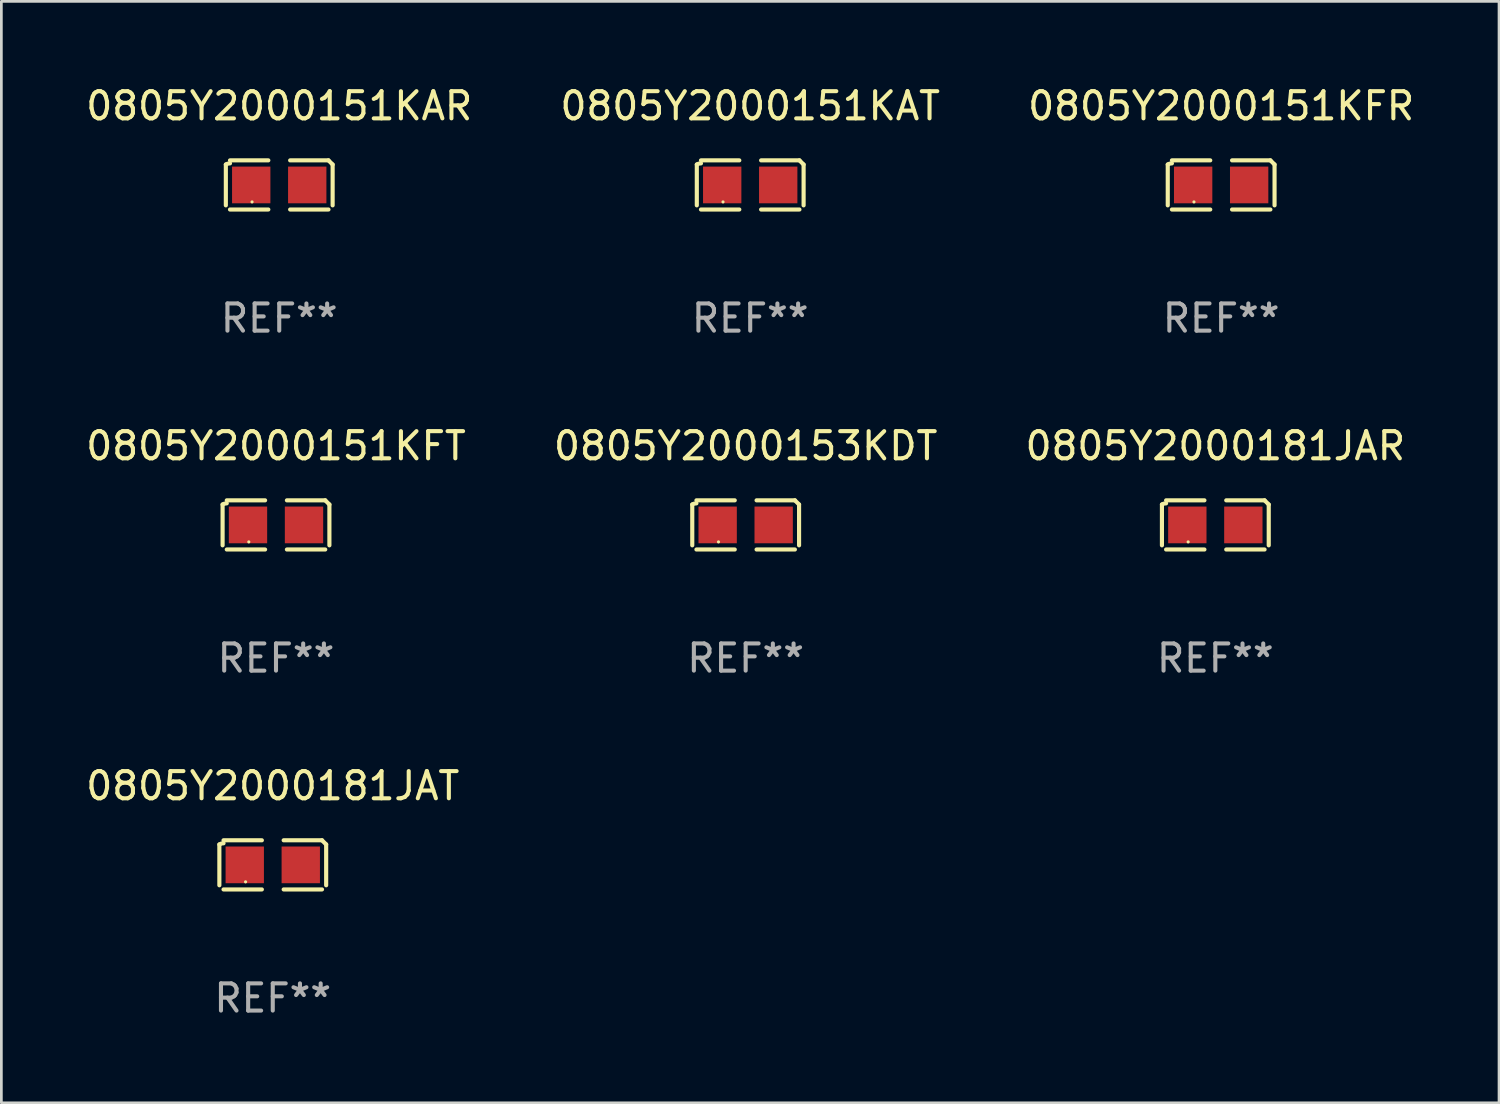
<source format=kicad_pcb>
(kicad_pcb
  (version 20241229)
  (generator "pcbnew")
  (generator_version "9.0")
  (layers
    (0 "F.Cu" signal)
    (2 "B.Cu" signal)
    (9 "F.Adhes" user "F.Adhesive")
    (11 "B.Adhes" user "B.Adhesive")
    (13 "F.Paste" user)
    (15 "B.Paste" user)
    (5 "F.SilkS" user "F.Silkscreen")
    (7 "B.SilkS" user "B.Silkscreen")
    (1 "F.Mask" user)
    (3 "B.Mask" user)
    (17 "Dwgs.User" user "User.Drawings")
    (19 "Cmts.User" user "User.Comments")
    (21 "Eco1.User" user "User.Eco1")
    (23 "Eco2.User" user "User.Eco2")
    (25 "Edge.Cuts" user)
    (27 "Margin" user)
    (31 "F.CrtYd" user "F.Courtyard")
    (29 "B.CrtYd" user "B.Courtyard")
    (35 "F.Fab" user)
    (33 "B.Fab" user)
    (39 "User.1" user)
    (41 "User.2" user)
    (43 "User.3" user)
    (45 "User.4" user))
  (footprint "0805Y2000151KAR"
    (layer "F.Cu")
    (at 7.22 3.752)
    (property "Reference" "0805Y2000151KAR" (at 0 -2.904 0) (layer "F.SilkS") (effects (font (size 1 1) (thickness 0.15))))
    (attr through_hole)
    (fp_line (start -1.964 0.751) (end -1.964 -0.751) (stroke (width 0.152) (type solid)) (layer "F.SilkS"))
    (fp_line (start -1.811 -0.904) (end -0.401 -0.904) (stroke (width 0.152) (type solid)) (layer "F.SilkS"))
    (fp_line (start -0.401 0.904) (end -1.811 0.904) (stroke (width 0.152) (type solid)) (layer "F.SilkS"))
    (fp_line (start 0.401 0.904) (end 1.811 0.904) (stroke (width 0.152) (type solid)) (layer "F.SilkS"))
    (fp_line (start 1.811 -0.904) (end 0.401 -0.904) (stroke (width 0.152) (type solid)) (layer "F.SilkS"))
    (fp_line (start 1.964 0.751) (end 1.964 -0.751) (stroke (width 0.152) (type solid)) (layer "F.SilkS"))
    (fp_arc (start -1.963602 -0.751207) (mid -1.890354 -0.783131) (end -1.811201 -0.794044) (stroke (width 0.1524) (type solid)) (layer "F.SilkS"))
    (fp_arc (start 1.811202 -0.903607) (mid 1.887413 -0.827418) (end 1.963602 -0.751207) (stroke (width 0.1524) (type solid)) (layer "F.SilkS"))
    (fp_circle (center -1 0.625) (end -0.97 0.625) (stroke (width 0.06) (type solid)) (fill no) (layer "F.SilkS"))
    (fp_text user "REF**" (at 0 4.904 0) (layer "F.Fab") (effects (font (size 1 1) (thickness 0.15))))
    (pad "1" smd rect (at -1.03 0) (size 1.41 1.35) (layers "F.Cu" "F.Mask" "F.Paste"))
    (pad "2" smd rect (at 1.03 0) (size 1.41 1.35) (layers "F.Cu" "F.Mask" "F.Paste")))
  (footprint "0805Y2000181JAT"
    (layer "F.Cu")
    (at 6.982 28.759)
    (property "Reference" "0805Y2000181JAT" (at 0 -2.904 0) (layer "F.SilkS") (effects (font (size 1 1) (thickness 0.15))))
    (attr through_hole)
    (fp_line (start -1.964 0.751) (end -1.964 -0.751) (stroke (width 0.152) (type solid)) (layer "F.SilkS"))
    (fp_line (start -1.811 -0.904) (end -0.401 -0.904) (stroke (width 0.152) (type solid)) (layer "F.SilkS"))
    (fp_line (start -0.401 0.904) (end -1.811 0.904) (stroke (width 0.152) (type solid)) (layer "F.SilkS"))
    (fp_line (start 0.401 0.904) (end 1.811 0.904) (stroke (width 0.152) (type solid)) (layer "F.SilkS"))
    (fp_line (start 1.811 -0.904) (end 0.401 -0.904) (stroke (width 0.152) (type solid)) (layer "F.SilkS"))
    (fp_line (start 1.964 0.751) (end 1.964 -0.751) (stroke (width 0.152) (type solid)) (layer "F.SilkS"))
    (fp_arc (start -1.963602 -0.751207) (mid -1.890354 -0.783131) (end -1.811201 -0.794044) (stroke (width 0.1524) (type solid)) (layer "F.SilkS"))
    (fp_arc (start 1.811202 -0.903607) (mid 1.887413 -0.827418) (end 1.963602 -0.751207) (stroke (width 0.1524) (type solid)) (layer "F.SilkS"))
    (fp_circle (center -1 0.625) (end -0.97 0.625) (stroke (width 0.06) (type solid)) (fill no) (layer "F.SilkS"))
    (fp_text user "REF**" (at 0 4.904 0) (layer "F.Fab") (effects (font (size 1 1) (thickness 0.15))))
    (pad "1" smd rect (at -1.03 0) (size 1.41 1.35) (layers "F.Cu" "F.Mask" "F.Paste"))
    (pad "2" smd rect (at 1.03 0) (size 1.41 1.35) (layers "F.Cu" "F.Mask" "F.Paste")))
  (footprint "0805Y2000181JAR"
    (layer "F.Cu")
    (at 41.649 16.256)
    (property "Reference" "0805Y2000181JAR" (at 0 -2.904 0) (layer "F.SilkS") (effects (font (size 1 1) (thickness 0.15))))
    (attr through_hole)
    (fp_line (start -1.964 0.751) (end -1.964 -0.751) (stroke (width 0.152) (type solid)) (layer "F.SilkS"))
    (fp_line (start -1.811 -0.904) (end -0.401 -0.904) (stroke (width 0.152) (type solid)) (layer "F.SilkS"))
    (fp_line (start -0.401 0.904) (end -1.811 0.904) (stroke (width 0.152) (type solid)) (layer "F.SilkS"))
    (fp_line (start 0.401 0.904) (end 1.811 0.904) (stroke (width 0.152) (type solid)) (layer "F.SilkS"))
    (fp_line (start 1.811 -0.904) (end 0.401 -0.904) (stroke (width 0.152) (type solid)) (layer "F.SilkS"))
    (fp_line (start 1.964 0.751) (end 1.964 -0.751) (stroke (width 0.152) (type solid)) (layer "F.SilkS"))
    (fp_arc (start -1.963602 -0.751207) (mid -1.890354 -0.783131) (end -1.811201 -0.794044) (stroke (width 0.1524) (type solid)) (layer "F.SilkS"))
    (fp_arc (start 1.811202 -0.903607) (mid 1.887413 -0.827418) (end 1.963602 -0.751207) (stroke (width 0.1524) (type solid)) (layer "F.SilkS"))
    (fp_circle (center -1 0.625) (end -0.97 0.625) (stroke (width 0.06) (type solid)) (fill no) (layer "F.SilkS"))
    (fp_text user "REF**" (at 0 4.904 0) (layer "F.Fab") (effects (font (size 1 1) (thickness 0.15))))
    (pad "1" smd rect (at -1.03 0) (size 1.41 1.35) (layers "F.Cu" "F.Mask" "F.Paste"))
    (pad "2" smd rect (at 1.03 0) (size 1.41 1.35) (layers "F.Cu" "F.Mask" "F.Paste")))
  (footprint "0805Y2000151KFT"
    (layer "F.Cu")
    (at 7.101 16.256)
    (property "Reference" "0805Y2000151KFT" (at 0 -2.904 0) (layer "F.SilkS") (effects (font (size 1 1) (thickness 0.15))))
    (attr through_hole)
    (fp_line (start -1.964 0.751) (end -1.964 -0.751) (stroke (width 0.152) (type solid)) (layer "F.SilkS"))
    (fp_line (start -1.811 -0.904) (end -0.401 -0.904) (stroke (width 0.152) (type solid)) (layer "F.SilkS"))
    (fp_line (start -0.401 0.904) (end -1.811 0.904) (stroke (width 0.152) (type solid)) (layer "F.SilkS"))
    (fp_line (start 0.401 0.904) (end 1.811 0.904) (stroke (width 0.152) (type solid)) (layer "F.SilkS"))
    (fp_line (start 1.811 -0.904) (end 0.401 -0.904) (stroke (width 0.152) (type solid)) (layer "F.SilkS"))
    (fp_line (start 1.964 0.751) (end 1.964 -0.751) (stroke (width 0.152) (type solid)) (layer "F.SilkS"))
    (fp_arc (start -1.963602 -0.751207) (mid -1.890354 -0.783131) (end -1.811201 -0.794044) (stroke (width 0.1524) (type solid)) (layer "F.SilkS"))
    (fp_arc (start 1.811202 -0.903607) (mid 1.887413 -0.827418) (end 1.963602 -0.751207) (stroke (width 0.1524) (type solid)) (layer "F.SilkS"))
    (fp_circle (center -1 0.625) (end -0.97 0.625) (stroke (width 0.06) (type solid)) (fill no) (layer "F.SilkS"))
    (fp_text user "REF**" (at 0 4.904 0) (layer "F.Fab") (effects (font (size 1 1) (thickness 0.15))))
    (pad "1" smd rect (at -1.03 0) (size 1.41 1.35) (layers "F.Cu" "F.Mask" "F.Paste"))
    (pad "2" smd rect (at 1.03 0) (size 1.41 1.35) (layers "F.Cu" "F.Mask" "F.Paste")))
  (footprint "0805Y2000153KDT"
    (layer "F.Cu")
    (at 24.375 16.256)
    (property "Reference" "0805Y2000153KDT" (at 0 -2.904 0) (layer "F.SilkS") (effects (font (size 1 1) (thickness 0.15))))
    (attr through_hole)
    (fp_line (start -1.964 0.751) (end -1.964 -0.751) (stroke (width 0.152) (type solid)) (layer "F.SilkS"))
    (fp_line (start -1.811 -0.904) (end -0.401 -0.904) (stroke (width 0.152) (type solid)) (layer "F.SilkS"))
    (fp_line (start -0.401 0.904) (end -1.811 0.904) (stroke (width 0.152) (type solid)) (layer "F.SilkS"))
    (fp_line (start 0.401 0.904) (end 1.811 0.904) (stroke (width 0.152) (type solid)) (layer "F.SilkS"))
    (fp_line (start 1.811 -0.904) (end 0.401 -0.904) (stroke (width 0.152) (type solid)) (layer "F.SilkS"))
    (fp_line (start 1.964 0.751) (end 1.964 -0.751) (stroke (width 0.152) (type solid)) (layer "F.SilkS"))
    (fp_arc (start -1.963602 -0.751207) (mid -1.890354 -0.783131) (end -1.811201 -0.794044) (stroke (width 0.1524) (type solid)) (layer "F.SilkS"))
    (fp_arc (start 1.811202 -0.903607) (mid 1.887413 -0.827418) (end 1.963602 -0.751207) (stroke (width 0.1524) (type solid)) (layer "F.SilkS"))
    (fp_circle (center -1 0.625) (end -0.97 0.625) (stroke (width 0.06) (type solid)) (fill no) (layer "F.SilkS"))
    (fp_text user "REF**" (at 0 4.904 0) (layer "F.Fab") (effects (font (size 1 1) (thickness 0.15))))
    (pad "1" smd rect (at -1.03 0) (size 1.41 1.35) (layers "F.Cu" "F.Mask" "F.Paste"))
    (pad "2" smd rect (at 1.03 0) (size 1.41 1.35) (layers "F.Cu" "F.Mask" "F.Paste")))
  (footprint "0805Y2000151KAT"
    (layer "F.Cu")
    (at 24.542 3.752)
    (property "Reference" "0805Y2000151KAT" (at 0 -2.904 0) (layer "F.SilkS") (effects (font (size 1 1) (thickness 0.15))))
    (attr through_hole)
    (fp_line (start -1.964 0.751) (end -1.964 -0.751) (stroke (width 0.152) (type solid)) (layer "F.SilkS"))
    (fp_line (start -1.811 -0.904) (end -0.401 -0.904) (stroke (width 0.152) (type solid)) (layer "F.SilkS"))
    (fp_line (start -0.401 0.904) (end -1.811 0.904) (stroke (width 0.152) (type solid)) (layer "F.SilkS"))
    (fp_line (start 0.401 0.904) (end 1.811 0.904) (stroke (width 0.152) (type solid)) (layer "F.SilkS"))
    (fp_line (start 1.811 -0.904) (end 0.401 -0.904) (stroke (width 0.152) (type solid)) (layer "F.SilkS"))
    (fp_line (start 1.964 0.751) (end 1.964 -0.751) (stroke (width 0.152) (type solid)) (layer "F.SilkS"))
    (fp_arc (start -1.963602 -0.751207) (mid -1.890354 -0.783131) (end -1.811201 -0.794044) (stroke (width 0.1524) (type solid)) (layer "F.SilkS"))
    (fp_arc (start 1.811202 -0.903607) (mid 1.887413 -0.827418) (end 1.963602 -0.751207) (stroke (width 0.1524) (type solid)) (layer "F.SilkS"))
    (fp_circle (center -1 0.625) (end -0.97 0.625) (stroke (width 0.06) (type solid)) (fill no) (layer "F.SilkS"))
    (fp_text user "REF**" (at 0 4.904 0) (layer "F.Fab") (effects (font (size 1 1) (thickness 0.15))))
    (pad "1" smd rect (at -1.03 0) (size 1.41 1.35) (layers "F.Cu" "F.Mask" "F.Paste"))
    (pad "2" smd rect (at 1.03 0) (size 1.41 1.35) (layers "F.Cu" "F.Mask" "F.Paste")))
  (footprint "0805Y2000151KFR"
    (layer "F.Cu")
    (at 41.863 3.752)
    (property "Reference" "0805Y2000151KFR" (at 0 -2.904 0) (layer "F.SilkS") (effects (font (size 1 1) (thickness 0.15))))
    (attr through_hole)
    (fp_line (start -1.964 0.751) (end -1.964 -0.751) (stroke (width 0.152) (type solid)) (layer "F.SilkS"))
    (fp_line (start -1.811 -0.904) (end -0.401 -0.904) (stroke (width 0.152) (type solid)) (layer "F.SilkS"))
    (fp_line (start -0.401 0.904) (end -1.811 0.904) (stroke (width 0.152) (type solid)) (layer "F.SilkS"))
    (fp_line (start 0.401 0.904) (end 1.811 0.904) (stroke (width 0.152) (type solid)) (layer "F.SilkS"))
    (fp_line (start 1.811 -0.904) (end 0.401 -0.904) (stroke (width 0.152) (type solid)) (layer "F.SilkS"))
    (fp_line (start 1.964 0.751) (end 1.964 -0.751) (stroke (width 0.152) (type solid)) (layer "F.SilkS"))
    (fp_arc (start -1.963602 -0.751207) (mid -1.890354 -0.783131) (end -1.811201 -0.794044) (stroke (width 0.1524) (type solid)) (layer "F.SilkS"))
    (fp_arc (start 1.811202 -0.903607) (mid 1.887413 -0.827418) (end 1.963602 -0.751207) (stroke (width 0.1524) (type solid)) (layer "F.SilkS"))
    (fp_circle (center -1 0.625) (end -0.97 0.625) (stroke (width 0.06) (type solid)) (fill no) (layer "F.SilkS"))
    (fp_text user "REF**" (at 0 4.904 0) (layer "F.Fab") (effects (font (size 1 1) (thickness 0.15))))
    (pad "1" smd rect (at -1.03 0) (size 1.41 1.35) (layers "F.Cu" "F.Mask" "F.Paste"))
    (pad "2" smd rect (at 1.03 0) (size 1.41 1.35) (layers "F.Cu" "F.Mask" "F.Paste")))
  (gr_rect
    (start -3 -3)
    (end 52.083 37.511)
    (stroke (width 0.1) (type default))
    (fill no)
    (layer "Edge.Cuts")))
</source>
